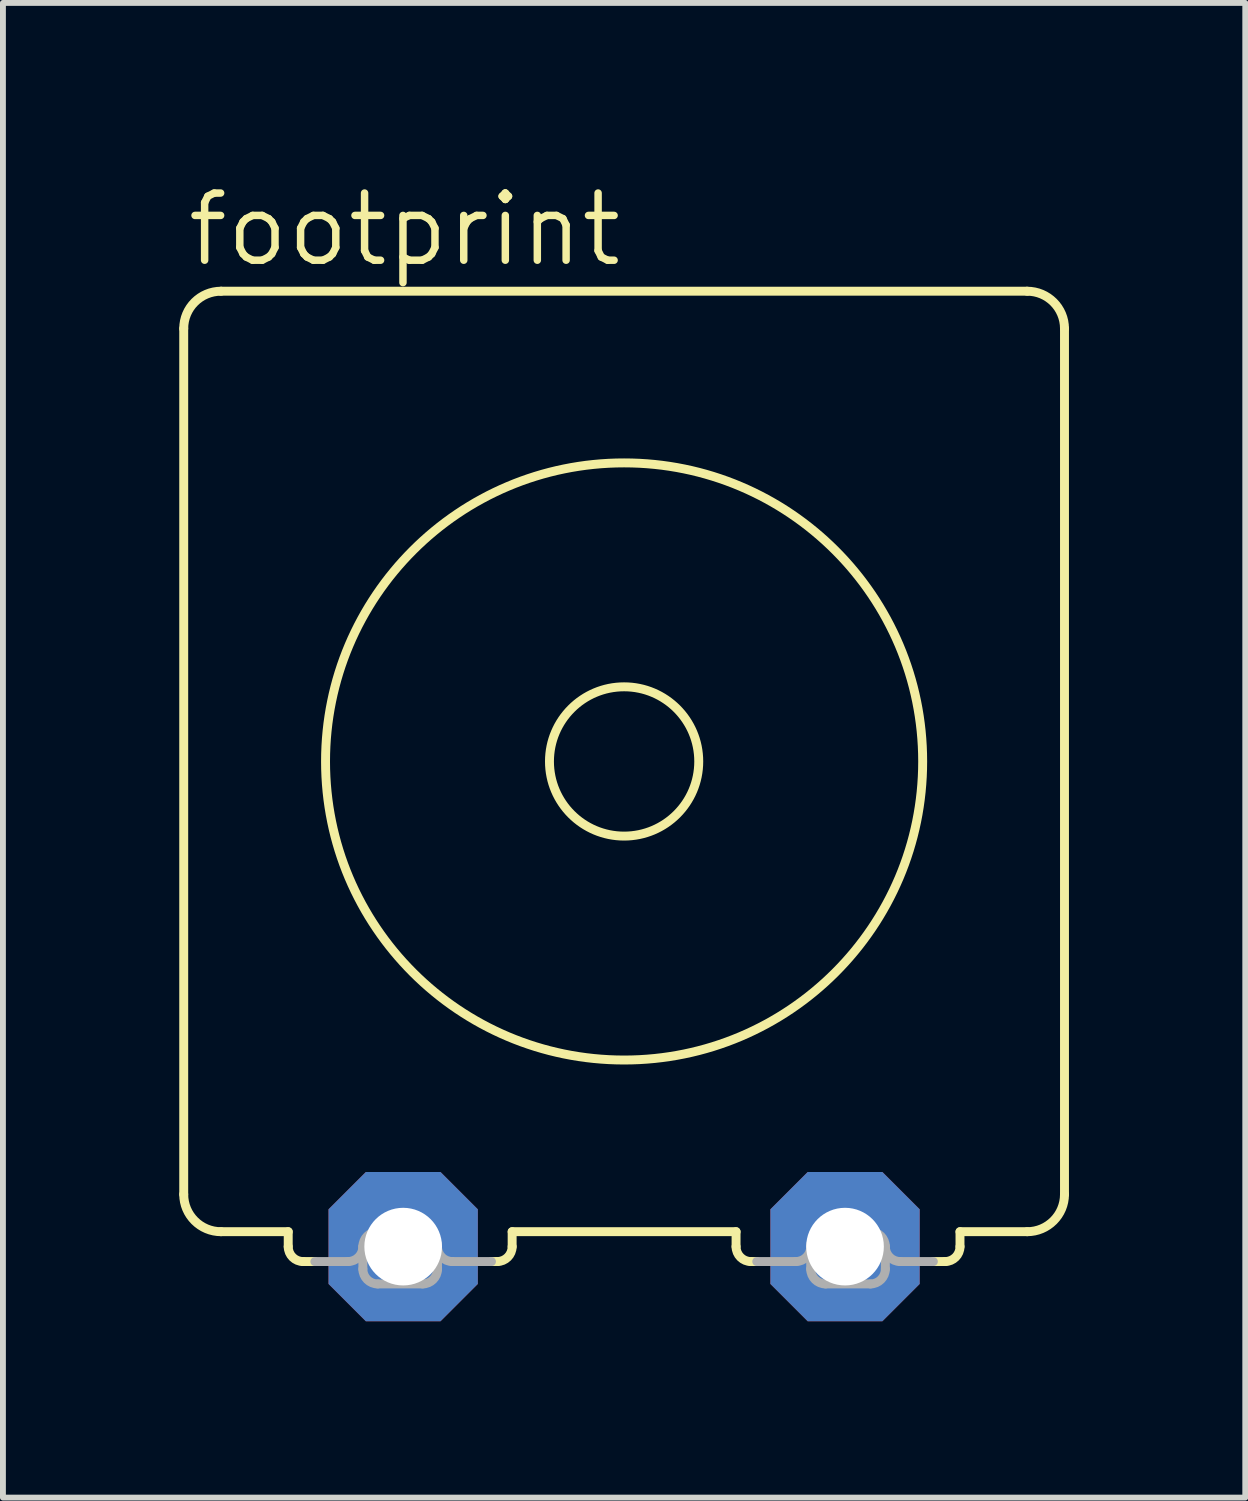
<source format=kicad_pcb>
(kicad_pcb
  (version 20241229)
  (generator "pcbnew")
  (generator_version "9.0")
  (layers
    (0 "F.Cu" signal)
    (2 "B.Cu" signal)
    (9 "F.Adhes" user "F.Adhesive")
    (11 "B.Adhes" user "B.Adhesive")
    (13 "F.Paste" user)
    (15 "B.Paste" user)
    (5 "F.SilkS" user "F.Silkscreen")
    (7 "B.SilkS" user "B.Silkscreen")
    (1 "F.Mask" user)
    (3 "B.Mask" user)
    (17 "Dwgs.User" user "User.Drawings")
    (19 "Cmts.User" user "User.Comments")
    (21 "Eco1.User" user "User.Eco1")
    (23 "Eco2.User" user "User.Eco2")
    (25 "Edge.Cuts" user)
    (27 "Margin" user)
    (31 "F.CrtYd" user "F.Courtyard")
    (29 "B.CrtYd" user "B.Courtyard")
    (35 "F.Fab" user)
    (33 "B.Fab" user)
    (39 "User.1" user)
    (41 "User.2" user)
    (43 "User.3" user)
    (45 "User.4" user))
  (footprint "footprint"
    (layer "F.Cu")
    (at 7.569 9.906)
    (property "Reference" "footprint" (at -7.493 -8.382 0) (layer "F.SilkS") (effects (font (size 1.143 1.143) (thickness 0.127)) (justify left bottom)))
    (fp_line (start -7.493 7.366) (end -7.493 -7.366) (stroke (width 0.152) (type solid)) (layer "F.SilkS"))
    (fp_line (start -6.858 -8.001) (end 6.858 -8.001) (stroke (width 0.152) (type solid)) (layer "F.SilkS"))
    (fp_line (start -6.858 8.001) (end -5.715 8.001) (stroke (width 0.152) (type solid)) (layer "F.SilkS"))
    (fp_line (start -5.715 8.001) (end -5.715 8.255) (stroke (width 0.152) (type solid)) (layer "F.SilkS"))
    (fp_line (start -5.461 8.509) (end -5.262 8.509) (stroke (width 0.152) (type solid)) (layer "F.SilkS"))
    (fp_line (start -2.257 8.509) (end -2.159 8.509) (stroke (width 0.152) (type solid)) (layer "F.SilkS"))
    (fp_line (start -1.905 8.001) (end 1.905 8.001) (stroke (width 0.152) (type solid)) (layer "F.SilkS"))
    (fp_line (start -1.905 8.255) (end -1.905 8.001) (stroke (width 0.152) (type solid)) (layer "F.SilkS"))
    (fp_line (start 1.905 8.255) (end 1.905 8.001) (stroke (width 0.152) (type solid)) (layer "F.SilkS"))
    (fp_line (start 2.257 8.509) (end 2.159 8.509) (stroke (width 0.152) (type solid)) (layer "F.SilkS"))
    (fp_line (start 5.461 8.509) (end 5.262 8.509) (stroke (width 0.152) (type solid)) (layer "F.SilkS"))
    (fp_line (start 5.715 8.001) (end 5.715 8.255) (stroke (width 0.152) (type solid)) (layer "F.SilkS"))
    (fp_line (start 5.715 8.001) (end 6.858 8.001) (stroke (width 0.152) (type solid)) (layer "F.SilkS"))
    (fp_line (start 7.493 7.366) (end 7.493 -7.366) (stroke (width 0.152) (type solid)) (layer "F.SilkS"))
    (fp_arc (start -7.493 -7.366) (mid -7.307013 -7.815013) (end -6.858 -8.001) (stroke (width 0.1524) (type solid)) (layer "F.SilkS"))
    (fp_arc (start -6.858 8.001) (mid -7.307013 7.815013) (end -7.493 7.366) (stroke (width 0.1524) (type solid)) (layer "F.SilkS"))
    (fp_arc (start -5.461 8.509) (mid -5.640605 8.434605) (end -5.715 8.255) (stroke (width 0.1524) (type solid)) (layer "F.SilkS"))
    (fp_arc (start -1.905 8.255) (mid -1.979395 8.434605) (end -2.159 8.509) (stroke (width 0.1524) (type solid)) (layer "F.SilkS"))
    (fp_arc (start 2.159 8.509) (mid 1.979395 8.434605) (end 1.905 8.255) (stroke (width 0.1524) (type solid)) (layer "F.SilkS"))
    (fp_arc (start 5.715 8.255) (mid 5.640605 8.434605) (end 5.461 8.509) (stroke (width 0.1524) (type solid)) (layer "F.SilkS"))
    (fp_arc (start 6.858 -8.001) (mid 7.307013 -7.815013) (end 7.493 -7.366) (stroke (width 0.1524) (type solid)) (layer "F.SilkS"))
    (fp_arc (start 7.493 7.366) (mid 7.307013 7.815013) (end 6.858 8.001) (stroke (width 0.1524) (type solid)) (layer "F.SilkS"))
    (fp_circle (center 0 0) (end 1.27 0) (stroke (width 0.152) (type solid)) (fill no) (layer "F.SilkS"))
    (fp_circle (center 0 0) (end 5.08 0) (stroke (width 0.152) (type solid)) (fill no) (layer "F.SilkS"))
    (fp_line (start -5.262 8.509) (end -4.699 8.509) (stroke (width 0.152) (type solid)) (layer "F.Fab"))
    (fp_line (start -4.445 8.636) (end -4.445 8.255) (stroke (width 0.152) (type solid)) (layer "F.Fab"))
    (fp_line (start -4.191 8.001) (end -3.429 8.001) (stroke (width 0.152) (type solid)) (layer "F.Fab"))
    (fp_line (start -4.191 8.89) (end -3.429 8.89) (stroke (width 0.152) (type solid)) (layer "F.Fab"))
    (fp_line (start -3.175 8.636) (end -3.175 8.255) (stroke (width 0.152) (type solid)) (layer "F.Fab"))
    (fp_line (start -2.921 8.509) (end -2.257 8.509) (stroke (width 0.152) (type solid)) (layer "F.Fab"))
    (fp_line (start 2.921 8.509) (end 2.257 8.509) (stroke (width 0.152) (type solid)) (layer "F.Fab"))
    (fp_line (start 3.175 8.636) (end 3.175 8.255) (stroke (width 0.152) (type solid)) (layer "F.Fab"))
    (fp_line (start 3.429 8.001) (end 4.191 8.001) (stroke (width 0.152) (type solid)) (layer "F.Fab"))
    (fp_line (start 3.429 8.89) (end 4.191 8.89) (stroke (width 0.152) (type solid)) (layer "F.Fab"))
    (fp_line (start 4.445 8.255) (end 4.445 8.636) (stroke (width 0.152) (type solid)) (layer "F.Fab"))
    (fp_line (start 5.262 8.509) (end 4.699 8.509) (stroke (width 0.152) (type solid)) (layer "F.Fab"))
    (fp_arc (start -4.445 8.255) (mid -4.519395 8.434605) (end -4.699 8.509) (stroke (width 0.1524) (type solid)) (layer "F.Fab"))
    (fp_arc (start -4.445 8.255) (mid -4.370605 8.075395) (end -4.191 8.001) (stroke (width 0.1524) (type solid)) (layer "F.Fab"))
    (fp_arc (start -4.191 8.89) (mid -4.370605 8.815605) (end -4.445 8.636) (stroke (width 0.1524) (type solid)) (layer "F.Fab"))
    (fp_arc (start -3.429 8.001) (mid -3.249395 8.075395) (end -3.175 8.255) (stroke (width 0.1524) (type solid)) (layer "F.Fab"))
    (fp_arc (start -3.175 8.636) (mid -3.249395 8.815605) (end -3.429 8.89) (stroke (width 0.1524) (type solid)) (layer "F.Fab"))
    (fp_arc (start -2.921 8.509) (mid -3.100605 8.434605) (end -3.175 8.255) (stroke (width 0.1524) (type solid)) (layer "F.Fab"))
    (fp_arc (start 3.175 8.255) (mid 3.100605 8.434605) (end 2.921 8.509) (stroke (width 0.1524) (type solid)) (layer "F.Fab"))
    (fp_arc (start 3.175 8.255) (mid 3.249395 8.075395) (end 3.429 8.001) (stroke (width 0.1524) (type solid)) (layer "F.Fab"))
    (fp_arc (start 3.429 8.89) (mid 3.249395 8.815605) (end 3.175 8.636) (stroke (width 0.1524) (type solid)) (layer "F.Fab"))
    (fp_arc (start 4.191 8.001) (mid 4.370605 8.075395) (end 4.445 8.255) (stroke (width 0.1524) (type solid)) (layer "F.Fab"))
    (fp_arc (start 4.445 8.636) (mid 4.370605 8.815605) (end 4.191 8.89) (stroke (width 0.1524) (type solid)) (layer "F.Fab"))
    (fp_arc (start 4.699 8.509) (mid 4.519395 8.434605) (end 4.445 8.255) (stroke (width 0.1524) (type solid)) (layer "F.Fab"))
    (pad "1" thru_hole roundrect (at -3.759 8.255) (size 2.54 2.54) (drill 1.321) (layers "*.Cu" "*.Mask") (roundrect_rratio 0.25) (chamfer_ratio 0.25) (chamfer top_left top_right bottom_left bottom_right))
    (pad "2" thru_hole roundrect (at 3.759 8.255) (size 2.54 2.54) (drill 1.321) (layers "*.Cu" "*.Mask") (roundrect_rratio 0.25) (chamfer_ratio 0.25) (chamfer top_left top_right bottom_left bottom_right)))
  (gr_rect
    (start -3 -3)
    (end 18.138 22.431)
    (stroke (width 0.1) (type default))
    (fill no)
    (layer "Edge.Cuts")))
</source>
